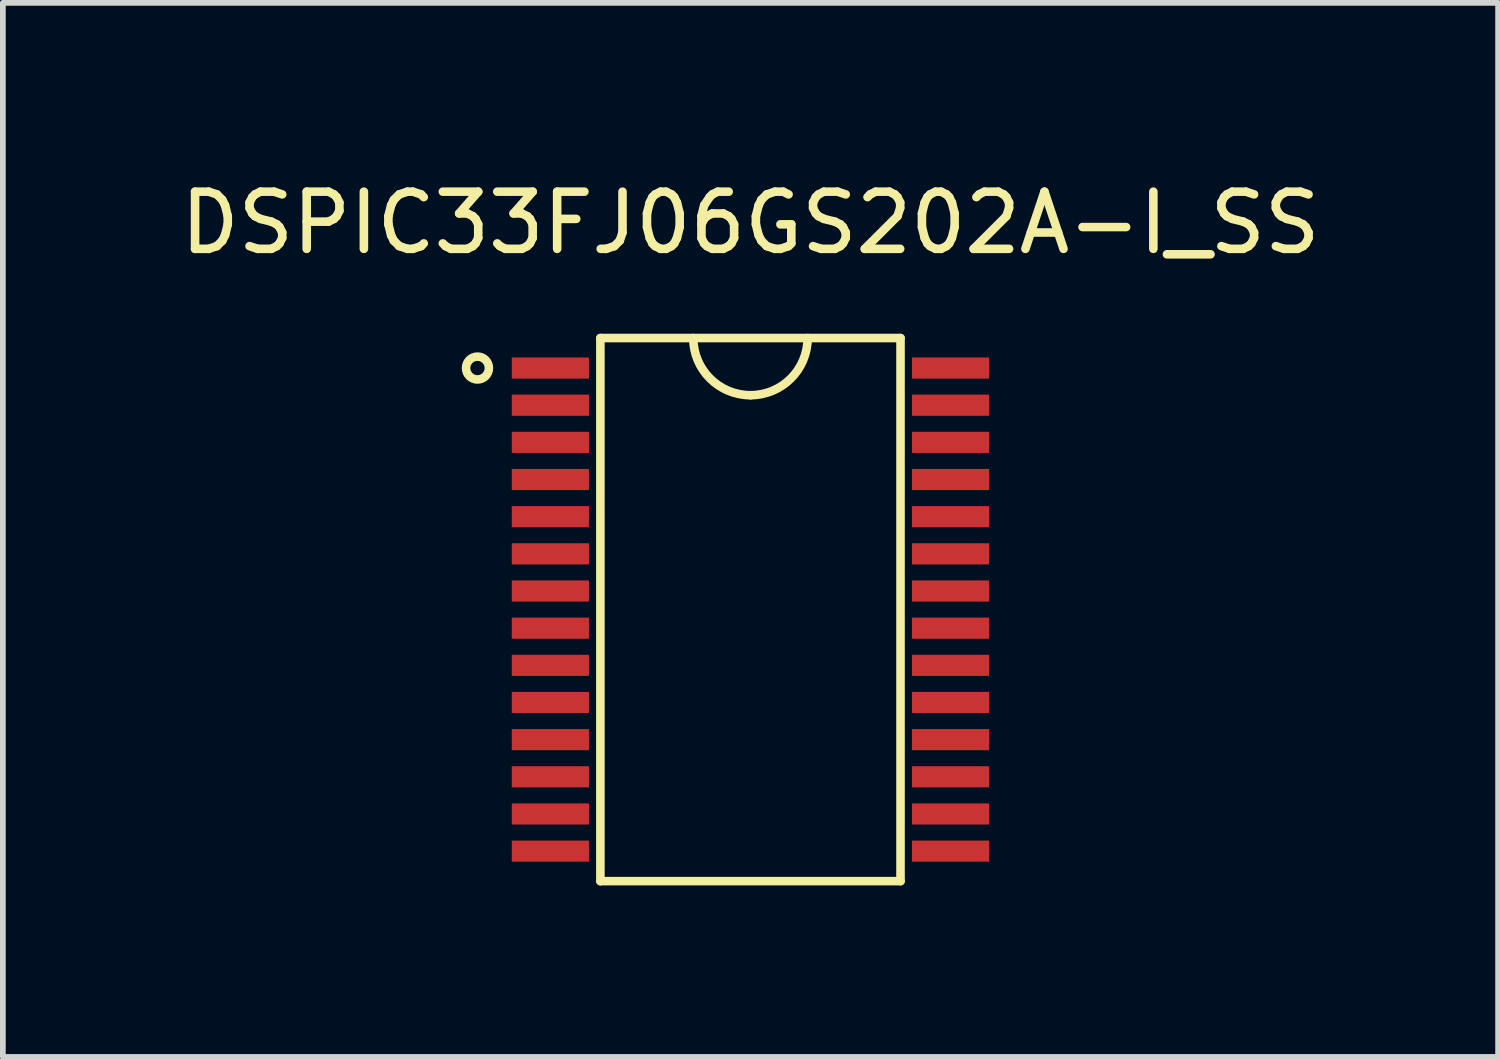
<source format=kicad_pcb>
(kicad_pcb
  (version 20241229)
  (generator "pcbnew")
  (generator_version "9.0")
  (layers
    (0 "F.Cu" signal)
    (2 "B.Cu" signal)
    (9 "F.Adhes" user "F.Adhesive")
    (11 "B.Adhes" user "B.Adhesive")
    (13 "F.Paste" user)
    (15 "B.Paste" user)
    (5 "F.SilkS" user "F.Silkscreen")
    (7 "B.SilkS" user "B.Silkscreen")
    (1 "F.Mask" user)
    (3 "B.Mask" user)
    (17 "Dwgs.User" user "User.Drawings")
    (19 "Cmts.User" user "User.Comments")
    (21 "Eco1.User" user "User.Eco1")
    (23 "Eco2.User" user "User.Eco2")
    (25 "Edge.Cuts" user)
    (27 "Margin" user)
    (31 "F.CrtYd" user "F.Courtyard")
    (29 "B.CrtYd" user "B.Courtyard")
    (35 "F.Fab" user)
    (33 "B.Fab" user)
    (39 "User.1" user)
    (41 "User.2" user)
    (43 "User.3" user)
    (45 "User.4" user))
  (footprint "DSPIC33FJ06GS202A-I_SS"
    (layer "F.Cu")
    (at 6.577 3.388)
    (property "Reference" "DSPIC33FJ06GS202A-I_SS" (at 3.5 -2.54 0) (layer "F.SilkS") (effects (font (size 1 1) (thickness 0.15))))
    (attr through_hole)
    (fp_line (start 0.875 -0.525) (end 6.125 -0.525) (stroke (width 0.15) (type solid)) (layer "F.SilkS"))
    (fp_line (start 0.875 8.975) (end 0.875 -0.525) (stroke (width 0.15) (type solid)) (layer "F.SilkS"))
    (fp_line (start 6.125 -0.525) (end 6.125 8.975) (stroke (width 0.15) (type solid)) (layer "F.SilkS"))
    (fp_line (start 6.125 8.975) (end 0.875 8.975) (stroke (width 0.15) (type solid)) (layer "F.SilkS"))
    (fp_arc (start 3.5 0.475) (mid 2.792893 0.182107) (end 2.5 -0.525) (stroke (width 0.15) (type solid)) (layer "F.SilkS"))
    (fp_arc (start 4.5 -0.525) (mid 4.207107 0.182107) (end 3.5 0.475) (stroke (width 0.15) (type solid)) (layer "F.SilkS"))
    (fp_circle (center -1.275 0) (end -1.275 0.2) (stroke (width 0.15) (type solid)) (fill no) (layer "F.SilkS"))
    (pad "1" smd rect (at 0 0) (size 1.35 0.37) (layers "F.Cu" "F.Mask" "F.Paste"))
    (pad "2" smd rect (at 0 0.65) (size 1.35 0.37) (layers "F.Cu" "F.Mask" "F.Paste"))
    (pad "3" smd rect (at 0 1.3) (size 1.35 0.37) (layers "F.Cu" "F.Mask" "F.Paste"))
    (pad "4" smd rect (at 0 1.95) (size 1.35 0.37) (layers "F.Cu" "F.Mask" "F.Paste"))
    (pad "5" smd rect (at 0 2.6) (size 1.35 0.37) (layers "F.Cu" "F.Mask" "F.Paste"))
    (pad "6" smd rect (at 0 3.25) (size 1.35 0.37) (layers "F.Cu" "F.Mask" "F.Paste"))
    (pad "7" smd rect (at 0 3.9) (size 1.35 0.37) (layers "F.Cu" "F.Mask" "F.Paste"))
    (pad "8" smd rect (at 0 4.55) (size 1.35 0.37) (layers "F.Cu" "F.Mask" "F.Paste"))
    (pad "9" smd rect (at 0 5.2) (size 1.35 0.37) (layers "F.Cu" "F.Mask" "F.Paste"))
    (pad "10" smd rect (at 0 5.85) (size 1.35 0.37) (layers "F.Cu" "F.Mask" "F.Paste"))
    (pad "11" smd rect (at 0 6.5) (size 1.35 0.37) (layers "F.Cu" "F.Mask" "F.Paste"))
    (pad "12" smd rect (at 0 7.15) (size 1.35 0.37) (layers "F.Cu" "F.Mask" "F.Paste"))
    (pad "13" smd rect (at 0 7.8) (size 1.35 0.37) (layers "F.Cu" "F.Mask" "F.Paste"))
    (pad "14" smd rect (at 0 8.45) (size 1.35 0.37) (layers "F.Cu" "F.Mask" "F.Paste"))
    (pad "15" smd rect (at 7 8.45) (size 1.35 0.37) (layers "F.Cu" "F.Mask" "F.Paste"))
    (pad "16" smd rect (at 7 7.8) (size 1.35 0.37) (layers "F.Cu" "F.Mask" "F.Paste"))
    (pad "17" smd rect (at 7 7.15) (size 1.35 0.37) (layers "F.Cu" "F.Mask" "F.Paste"))
    (pad "18" smd rect (at 7 6.5) (size 1.35 0.37) (layers "F.Cu" "F.Mask" "F.Paste"))
    (pad "19" smd rect (at 7 5.85) (size 1.35 0.37) (layers "F.Cu" "F.Mask" "F.Paste"))
    (pad "20" smd rect (at 7 5.2) (size 1.35 0.37) (layers "F.Cu" "F.Mask" "F.Paste"))
    (pad "21" smd rect (at 7 4.55) (size 1.35 0.37) (layers "F.Cu" "F.Mask" "F.Paste"))
    (pad "22" smd rect (at 7 3.9) (size 1.35 0.37) (layers "F.Cu" "F.Mask" "F.Paste"))
    (pad "23" smd rect (at 7 3.25) (size 1.35 0.37) (layers "F.Cu" "F.Mask" "F.Paste"))
    (pad "24" smd rect (at 7 2.6) (size 1.35 0.37) (layers "F.Cu" "F.Mask" "F.Paste"))
    (pad "25" smd rect (at 7 1.95) (size 1.35 0.37) (layers "F.Cu" "F.Mask" "F.Paste"))
    (pad "26" smd rect (at 7 1.3) (size 1.35 0.37) (layers "F.Cu" "F.Mask" "F.Paste"))
    (pad "27" smd rect (at 7 0.65) (size 1.35 0.37) (layers "F.Cu" "F.Mask" "F.Paste"))
    (pad "28" smd rect (at 7 0) (size 1.35 0.37) (layers "F.Cu" "F.Mask" "F.Paste")))
  (gr_rect
    (start -3 -3)
    (end 23.155 15.438)
    (stroke (width 0.1) (type default))
    (fill no)
    (layer "Edge.Cuts")))
</source>
